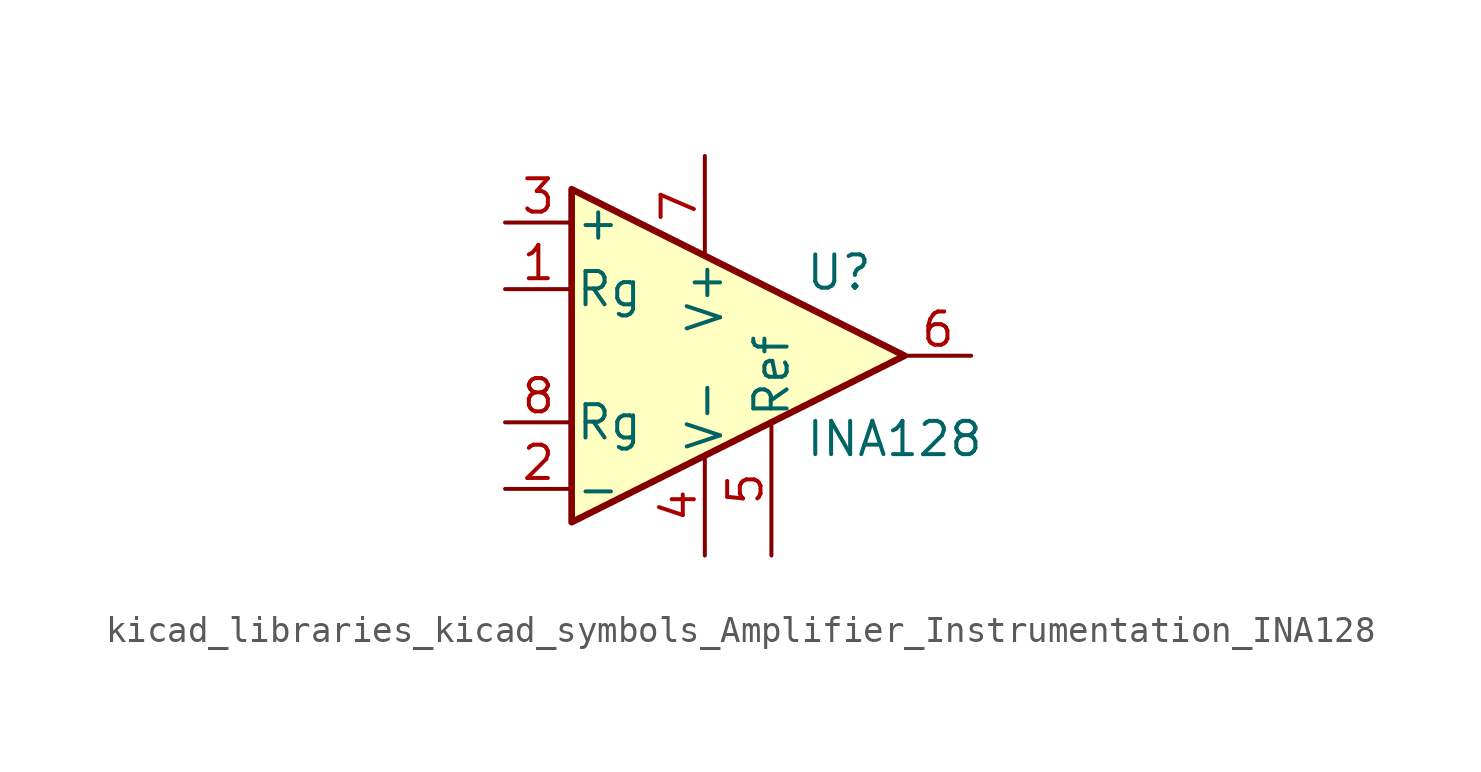
<source format=kicad_sym>
(kicad_symbol_lib
  (version 20220914)
  (generator kicad_symbol_editor)
  (symbol "kicad_libraries_kicad_symbols_Amplifier_Instrumentation_INA128"
    (pin_names
      (offset 0.127))
    (property "Reference" "U"
      (at 3.81 3.175 0)
      (effects (font (size 1.27 1.27)) (justify left)))
    (property "Value" "INA128"
      (at 3.81 -3.175 0)
      (effects (font (size 1.27 1.27)) (justify left)))
    (symbol "kicad_libraries_kicad_symbols_Amplifier_Instrumentation_INA128_0_1"
      (polyline (pts (xy 7.62 0) (xy -5.08 6.35) (xy -5.08 -6.35) (xy 7.62 0)) (stroke (width 0.254) (type default)) (fill (type background))))
    (symbol "kicad_libraries_kicad_symbols_Amplifier_Instrumentation_INA128_1_1"
      (pin passive line (at -7.62 2.54 0) (length 2.54) (name "Rg" (effects (font (size 1.27 1.27)))) (number "1" (effects (font (size 1.27 1.27)))))
      (pin input line (at -7.62 -5.08 0) (length 2.54) (name "-" (effects (font (size 1.27 1.27)))) (number "2" (effects (font (size 1.27 1.27)))))
      (pin input line (at -7.62 5.08 0) (length 2.54) (name "+" (effects (font (size 1.27 1.27)))) (number "3" (effects (font (size 1.27 1.27)))))
      (pin power_in line (at 0 -7.62 90) (length 3.81) (name "V-" (effects (font (size 1.27 1.27)))) (number "4" (effects (font (size 1.27 1.27)))))
      (pin input line (at 2.54 -7.62 90) (length 5.08) (name "Ref" (effects (font (size 1.27 1.27)))) (number "5" (effects (font (size 1.27 1.27)))))
      (pin output line (at 10.16 0 180) (length 2.54) (name "~" (effects (font (size 1.27 1.27)))) (number "6" (effects (font (size 1.27 1.27)))))
      (pin power_in line (at 0 7.62 270) (length 3.81) (name "V+" (effects (font (size 1.27 1.27)))) (number "7" (effects (font (size 1.27 1.27)))))
      (pin passive line (at -7.62 -2.54 0) (length 2.54) (name "Rg" (effects (font (size 1.27 1.27)))) (number "8" (effects (font (size 1.27 1.27))))))))
</source>
